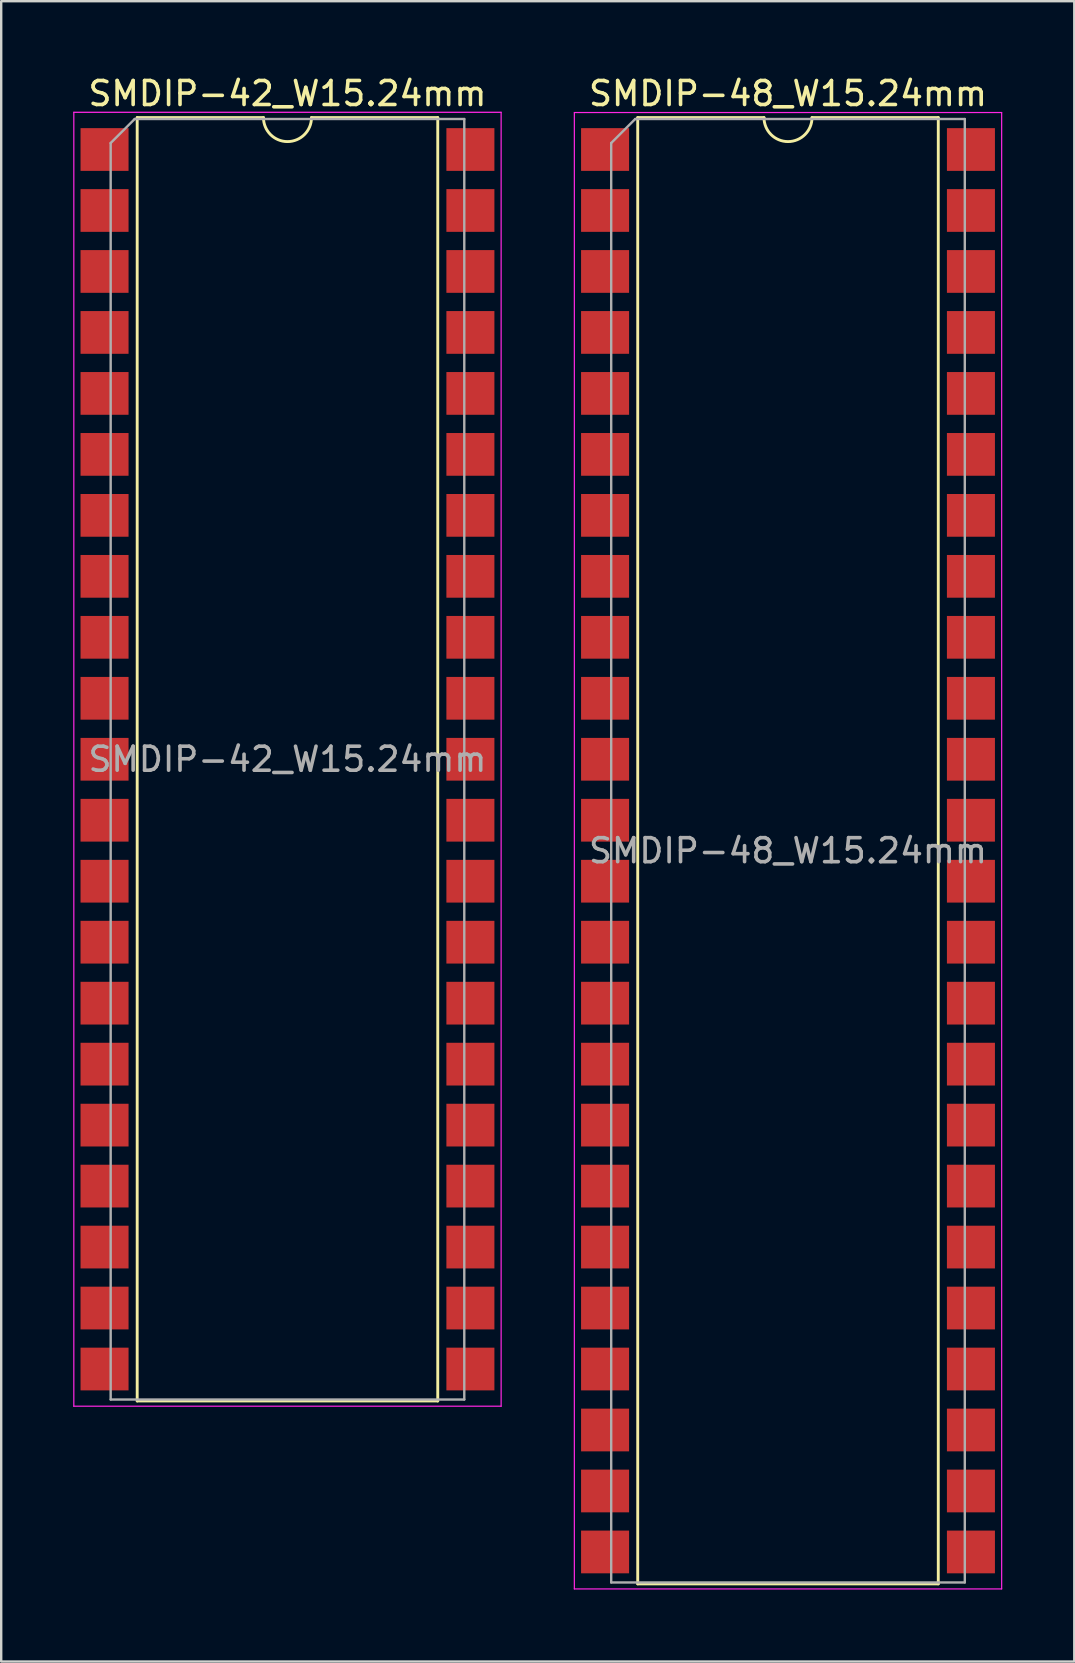
<source format=kicad_pcb>
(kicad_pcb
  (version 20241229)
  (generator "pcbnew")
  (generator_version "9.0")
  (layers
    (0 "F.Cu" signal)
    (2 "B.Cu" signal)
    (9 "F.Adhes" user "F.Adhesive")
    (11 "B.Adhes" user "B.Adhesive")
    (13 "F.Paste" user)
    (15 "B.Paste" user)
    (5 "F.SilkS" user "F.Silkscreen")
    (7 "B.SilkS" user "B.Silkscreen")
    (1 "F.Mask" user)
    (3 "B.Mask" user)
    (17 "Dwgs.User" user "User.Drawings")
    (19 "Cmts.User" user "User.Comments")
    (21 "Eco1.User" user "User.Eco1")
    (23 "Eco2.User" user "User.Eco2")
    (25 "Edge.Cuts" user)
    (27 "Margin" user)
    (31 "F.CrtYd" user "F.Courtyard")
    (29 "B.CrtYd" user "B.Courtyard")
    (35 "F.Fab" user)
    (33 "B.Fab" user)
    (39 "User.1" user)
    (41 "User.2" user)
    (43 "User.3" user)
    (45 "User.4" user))
  (footprint "SMDIP-42_W15.24mm"
    (layer "F.Cu")
    (at 8.925 28.578)
    (property "Reference" "SMDIP-42_W15.24mm" (at 0 -27.73 0) (layer "F.SilkS") (effects (font (size 1 1) (thickness 0.15))))
    (attr smd)
    (fp_line (start -6.26 -26.73) (end -6.26 26.73) (stroke (width 0.12) (type solid)) (layer "F.SilkS"))
    (fp_line (start -6.26 26.73) (end 6.26 26.73) (stroke (width 0.12) (type solid)) (layer "F.SilkS"))
    (fp_line (start -1 -26.73) (end -6.26 -26.73) (stroke (width 0.12) (type solid)) (layer "F.SilkS"))
    (fp_line (start 6.26 -26.73) (end 1 -26.73) (stroke (width 0.12) (type solid)) (layer "F.SilkS"))
    (fp_line (start 6.26 26.73) (end 6.26 -26.73) (stroke (width 0.12) (type solid)) (layer "F.SilkS"))
    (fp_arc (start 1 -26.73) (mid 0 -25.73) (end -1 -26.73) (stroke (width 0.12) (type solid)) (layer "F.SilkS"))
    (fp_line (start -8.9 -26.95) (end -8.9 26.95) (stroke (width 0.05) (type solid)) (layer "F.CrtYd"))
    (fp_line (start -8.9 26.95) (end 8.9 26.95) (stroke (width 0.05) (type solid)) (layer "F.CrtYd"))
    (fp_line (start 8.9 -26.95) (end -8.9 -26.95) (stroke (width 0.05) (type solid)) (layer "F.CrtYd"))
    (fp_line (start 8.9 26.95) (end 8.9 -26.95) (stroke (width 0.05) (type solid)) (layer "F.CrtYd"))
    (fp_line (start -7.365 -25.67) (end -6.365 -26.67) (stroke (width 0.1) (type solid)) (layer "F.Fab"))
    (fp_line (start -7.365 26.67) (end -7.365 -25.67) (stroke (width 0.1) (type solid)) (layer "F.Fab"))
    (fp_line (start -6.365 -26.67) (end 7.365 -26.67) (stroke (width 0.1) (type solid)) (layer "F.Fab"))
    (fp_line (start 7.365 -26.67) (end 7.365 26.67) (stroke (width 0.1) (type solid)) (layer "F.Fab"))
    (fp_line (start 7.365 26.67) (end -7.365 26.67) (stroke (width 0.1) (type solid)) (layer "F.Fab"))
    (fp_text user "${REFERENCE}" (at 0 0 0) (layer "F.Fab") (effects (font (size 1 1) (thickness 0.15))))
    (pad "1" smd rect (at -7.62 -25.4) (size 2 1.78) (layers "F.Cu" "F.Mask" "F.Paste"))
    (pad "2" smd rect (at -7.62 -22.86) (size 2 1.78) (layers "F.Cu" "F.Mask" "F.Paste"))
    (pad "3" smd rect (at -7.62 -20.32) (size 2 1.78) (layers "F.Cu" "F.Mask" "F.Paste"))
    (pad "4" smd rect (at -7.62 -17.78) (size 2 1.78) (layers "F.Cu" "F.Mask" "F.Paste"))
    (pad "5" smd rect (at -7.62 -15.24) (size 2 1.78) (layers "F.Cu" "F.Mask" "F.Paste"))
    (pad "6" smd rect (at -7.62 -12.7) (size 2 1.78) (layers "F.Cu" "F.Mask" "F.Paste"))
    (pad "7" smd rect (at -7.62 -10.16) (size 2 1.78) (layers "F.Cu" "F.Mask" "F.Paste"))
    (pad "8" smd rect (at -7.62 -7.62) (size 2 1.78) (layers "F.Cu" "F.Mask" "F.Paste"))
    (pad "9" smd rect (at -7.62 -5.08) (size 2 1.78) (layers "F.Cu" "F.Mask" "F.Paste"))
    (pad "10" smd rect (at -7.62 -2.54) (size 2 1.78) (layers "F.Cu" "F.Mask" "F.Paste"))
    (pad "11" smd rect (at -7.62 0) (size 2 1.78) (layers "F.Cu" "F.Mask" "F.Paste"))
    (pad "12" smd rect (at -7.62 2.54) (size 2 1.78) (layers "F.Cu" "F.Mask" "F.Paste"))
    (pad "13" smd rect (at -7.62 5.08) (size 2 1.78) (layers "F.Cu" "F.Mask" "F.Paste"))
    (pad "14" smd rect (at -7.62 7.62) (size 2 1.78) (layers "F.Cu" "F.Mask" "F.Paste"))
    (pad "15" smd rect (at -7.62 10.16) (size 2 1.78) (layers "F.Cu" "F.Mask" "F.Paste"))
    (pad "16" smd rect (at -7.62 12.7) (size 2 1.78) (layers "F.Cu" "F.Mask" "F.Paste"))
    (pad "17" smd rect (at -7.62 15.24) (size 2 1.78) (layers "F.Cu" "F.Mask" "F.Paste"))
    (pad "18" smd rect (at -7.62 17.78) (size 2 1.78) (layers "F.Cu" "F.Mask" "F.Paste"))
    (pad "19" smd rect (at -7.62 20.32) (size 2 1.78) (layers "F.Cu" "F.Mask" "F.Paste"))
    (pad "20" smd rect (at -7.62 22.86) (size 2 1.78) (layers "F.Cu" "F.Mask" "F.Paste"))
    (pad "21" smd rect (at -7.62 25.4) (size 2 1.78) (layers "F.Cu" "F.Mask" "F.Paste"))
    (pad "22" smd rect (at 7.62 25.4) (size 2 1.78) (layers "F.Cu" "F.Mask" "F.Paste"))
    (pad "23" smd rect (at 7.62 22.86) (size 2 1.78) (layers "F.Cu" "F.Mask" "F.Paste"))
    (pad "24" smd rect (at 7.62 20.32) (size 2 1.78) (layers "F.Cu" "F.Mask" "F.Paste"))
    (pad "25" smd rect (at 7.62 17.78) (size 2 1.78) (layers "F.Cu" "F.Mask" "F.Paste"))
    (pad "26" smd rect (at 7.62 15.24) (size 2 1.78) (layers "F.Cu" "F.Mask" "F.Paste"))
    (pad "27" smd rect (at 7.62 12.7) (size 2 1.78) (layers "F.Cu" "F.Mask" "F.Paste"))
    (pad "28" smd rect (at 7.62 10.16) (size 2 1.78) (layers "F.Cu" "F.Mask" "F.Paste"))
    (pad "29" smd rect (at 7.62 7.62) (size 2 1.78) (layers "F.Cu" "F.Mask" "F.Paste"))
    (pad "30" smd rect (at 7.62 5.08) (size 2 1.78) (layers "F.Cu" "F.Mask" "F.Paste"))
    (pad "31" smd rect (at 7.62 2.54) (size 2 1.78) (layers "F.Cu" "F.Mask" "F.Paste"))
    (pad "32" smd rect (at 7.62 0) (size 2 1.78) (layers "F.Cu" "F.Mask" "F.Paste"))
    (pad "33" smd rect (at 7.62 -2.54) (size 2 1.78) (layers "F.Cu" "F.Mask" "F.Paste"))
    (pad "34" smd rect (at 7.62 -5.08) (size 2 1.78) (layers "F.Cu" "F.Mask" "F.Paste"))
    (pad "35" smd rect (at 7.62 -7.62) (size 2 1.78) (layers "F.Cu" "F.Mask" "F.Paste"))
    (pad "36" smd rect (at 7.62 -10.16) (size 2 1.78) (layers "F.Cu" "F.Mask" "F.Paste"))
    (pad "37" smd rect (at 7.62 -12.7) (size 2 1.78) (layers "F.Cu" "F.Mask" "F.Paste"))
    (pad "38" smd rect (at 7.62 -15.24) (size 2 1.78) (layers "F.Cu" "F.Mask" "F.Paste"))
    (pad "39" smd rect (at 7.62 -17.78) (size 2 1.78) (layers "F.Cu" "F.Mask" "F.Paste"))
    (pad "40" smd rect (at 7.62 -20.32) (size 2 1.78) (layers "F.Cu" "F.Mask" "F.Paste"))
    (pad "41" smd rect (at 7.62 -22.86) (size 2 1.78) (layers "F.Cu" "F.Mask" "F.Paste"))
    (pad "42" smd rect (at 7.62 -25.4) (size 2 1.78) (layers "F.Cu" "F.Mask" "F.Paste")))
  (footprint "SMDIP-48_W15.24mm"
    (layer "F.Cu")
    (at 29.775 32.388)
    (property "Reference" "SMDIP-48_W15.24mm" (at 0 -31.54 0) (layer "F.SilkS") (effects (font (size 1 1) (thickness 0.15))))
    (attr smd)
    (fp_line (start -6.26 -30.54) (end -6.26 30.54) (stroke (width 0.12) (type solid)) (layer "F.SilkS"))
    (fp_line (start -6.26 30.54) (end 6.26 30.54) (stroke (width 0.12) (type solid)) (layer "F.SilkS"))
    (fp_line (start -1 -30.54) (end -6.26 -30.54) (stroke (width 0.12) (type solid)) (layer "F.SilkS"))
    (fp_line (start 6.26 -30.54) (end 1 -30.54) (stroke (width 0.12) (type solid)) (layer "F.SilkS"))
    (fp_line (start 6.26 30.54) (end 6.26 -30.54) (stroke (width 0.12) (type solid)) (layer "F.SilkS"))
    (fp_arc (start 1 -30.54) (mid 0 -29.54) (end -1 -30.54) (stroke (width 0.12) (type solid)) (layer "F.SilkS"))
    (fp_line (start -8.9 -30.75) (end -8.9 30.75) (stroke (width 0.05) (type solid)) (layer "F.CrtYd"))
    (fp_line (start -8.9 30.75) (end 8.9 30.75) (stroke (width 0.05) (type solid)) (layer "F.CrtYd"))
    (fp_line (start 8.9 -30.75) (end -8.9 -30.75) (stroke (width 0.05) (type solid)) (layer "F.CrtYd"))
    (fp_line (start 8.9 30.75) (end 8.9 -30.75) (stroke (width 0.05) (type solid)) (layer "F.CrtYd"))
    (fp_line (start -7.365 -29.48) (end -6.365 -30.48) (stroke (width 0.1) (type solid)) (layer "F.Fab"))
    (fp_line (start -7.365 30.48) (end -7.365 -29.48) (stroke (width 0.1) (type solid)) (layer "F.Fab"))
    (fp_line (start -6.365 -30.48) (end 7.365 -30.48) (stroke (width 0.1) (type solid)) (layer "F.Fab"))
    (fp_line (start 7.365 -30.48) (end 7.365 30.48) (stroke (width 0.1) (type solid)) (layer "F.Fab"))
    (fp_line (start 7.365 30.48) (end -7.365 30.48) (stroke (width 0.1) (type solid)) (layer "F.Fab"))
    (fp_text user "${REFERENCE}" (at 0 0 0) (layer "F.Fab") (effects (font (size 1 1) (thickness 0.15))))
    (pad "1" smd rect (at -7.62 -29.21) (size 2 1.78) (layers "F.Cu" "F.Mask" "F.Paste"))
    (pad "2" smd rect (at -7.62 -26.67) (size 2 1.78) (layers "F.Cu" "F.Mask" "F.Paste"))
    (pad "3" smd rect (at -7.62 -24.13) (size 2 1.78) (layers "F.Cu" "F.Mask" "F.Paste"))
    (pad "4" smd rect (at -7.62 -21.59) (size 2 1.78) (layers "F.Cu" "F.Mask" "F.Paste"))
    (pad "5" smd rect (at -7.62 -19.05) (size 2 1.78) (layers "F.Cu" "F.Mask" "F.Paste"))
    (pad "6" smd rect (at -7.62 -16.51) (size 2 1.78) (layers "F.Cu" "F.Mask" "F.Paste"))
    (pad "7" smd rect (at -7.62 -13.97) (size 2 1.78) (layers "F.Cu" "F.Mask" "F.Paste"))
    (pad "8" smd rect (at -7.62 -11.43) (size 2 1.78) (layers "F.Cu" "F.Mask" "F.Paste"))
    (pad "9" smd rect (at -7.62 -8.89) (size 2 1.78) (layers "F.Cu" "F.Mask" "F.Paste"))
    (pad "10" smd rect (at -7.62 -6.35) (size 2 1.78) (layers "F.Cu" "F.Mask" "F.Paste"))
    (pad "11" smd rect (at -7.62 -3.81) (size 2 1.78) (layers "F.Cu" "F.Mask" "F.Paste"))
    (pad "12" smd rect (at -7.62 -1.27) (size 2 1.78) (layers "F.Cu" "F.Mask" "F.Paste"))
    (pad "13" smd rect (at -7.62 1.27) (size 2 1.78) (layers "F.Cu" "F.Mask" "F.Paste"))
    (pad "14" smd rect (at -7.62 3.81) (size 2 1.78) (layers "F.Cu" "F.Mask" "F.Paste"))
    (pad "15" smd rect (at -7.62 6.35) (size 2 1.78) (layers "F.Cu" "F.Mask" "F.Paste"))
    (pad "16" smd rect (at -7.62 8.89) (size 2 1.78) (layers "F.Cu" "F.Mask" "F.Paste"))
    (pad "17" smd rect (at -7.62 11.43) (size 2 1.78) (layers "F.Cu" "F.Mask" "F.Paste"))
    (pad "18" smd rect (at -7.62 13.97) (size 2 1.78) (layers "F.Cu" "F.Mask" "F.Paste"))
    (pad "19" smd rect (at -7.62 16.51) (size 2 1.78) (layers "F.Cu" "F.Mask" "F.Paste"))
    (pad "20" smd rect (at -7.62 19.05) (size 2 1.78) (layers "F.Cu" "F.Mask" "F.Paste"))
    (pad "21" smd rect (at -7.62 21.59) (size 2 1.78) (layers "F.Cu" "F.Mask" "F.Paste"))
    (pad "22" smd rect (at -7.62 24.13) (size 2 1.78) (layers "F.Cu" "F.Mask" "F.Paste"))
    (pad "23" smd rect (at -7.62 26.67) (size 2 1.78) (layers "F.Cu" "F.Mask" "F.Paste"))
    (pad "24" smd rect (at -7.62 29.21) (size 2 1.78) (layers "F.Cu" "F.Mask" "F.Paste"))
    (pad "25" smd rect (at 7.62 29.21) (size 2 1.78) (layers "F.Cu" "F.Mask" "F.Paste"))
    (pad "26" smd rect (at 7.62 26.67) (size 2 1.78) (layers "F.Cu" "F.Mask" "F.Paste"))
    (pad "27" smd rect (at 7.62 24.13) (size 2 1.78) (layers "F.Cu" "F.Mask" "F.Paste"))
    (pad "28" smd rect (at 7.62 21.59) (size 2 1.78) (layers "F.Cu" "F.Mask" "F.Paste"))
    (pad "29" smd rect (at 7.62 19.05) (size 2 1.78) (layers "F.Cu" "F.Mask" "F.Paste"))
    (pad "30" smd rect (at 7.62 16.51) (size 2 1.78) (layers "F.Cu" "F.Mask" "F.Paste"))
    (pad "31" smd rect (at 7.62 13.97) (size 2 1.78) (layers "F.Cu" "F.Mask" "F.Paste"))
    (pad "32" smd rect (at 7.62 11.43) (size 2 1.78) (layers "F.Cu" "F.Mask" "F.Paste"))
    (pad "33" smd rect (at 7.62 8.89) (size 2 1.78) (layers "F.Cu" "F.Mask" "F.Paste"))
    (pad "34" smd rect (at 7.62 6.35) (size 2 1.78) (layers "F.Cu" "F.Mask" "F.Paste"))
    (pad "35" smd rect (at 7.62 3.81) (size 2 1.78) (layers "F.Cu" "F.Mask" "F.Paste"))
    (pad "36" smd rect (at 7.62 1.27) (size 2 1.78) (layers "F.Cu" "F.Mask" "F.Paste"))
    (pad "37" smd rect (at 7.62 -1.27) (size 2 1.78) (layers "F.Cu" "F.Mask" "F.Paste"))
    (pad "38" smd rect (at 7.62 -3.81) (size 2 1.78) (layers "F.Cu" "F.Mask" "F.Paste"))
    (pad "39" smd rect (at 7.62 -6.35) (size 2 1.78) (layers "F.Cu" "F.Mask" "F.Paste"))
    (pad "40" smd rect (at 7.62 -8.89) (size 2 1.78) (layers "F.Cu" "F.Mask" "F.Paste"))
    (pad "41" smd rect (at 7.62 -11.43) (size 2 1.78) (layers "F.Cu" "F.Mask" "F.Paste"))
    (pad "42" smd rect (at 7.62 -13.97) (size 2 1.78) (layers "F.Cu" "F.Mask" "F.Paste"))
    (pad "43" smd rect (at 7.62 -16.51) (size 2 1.78) (layers "F.Cu" "F.Mask" "F.Paste"))
    (pad "44" smd rect (at 7.62 -19.05) (size 2 1.78) (layers "F.Cu" "F.Mask" "F.Paste"))
    (pad "45" smd rect (at 7.62 -21.59) (size 2 1.78) (layers "F.Cu" "F.Mask" "F.Paste"))
    (pad "46" smd rect (at 7.62 -24.13) (size 2 1.78) (layers "F.Cu" "F.Mask" "F.Paste"))
    (pad "47" smd rect (at 7.62 -26.67) (size 2 1.78) (layers "F.Cu" "F.Mask" "F.Paste"))
    (pad "48" smd rect (at 7.62 -29.21) (size 2 1.78) (layers "F.Cu" "F.Mask" "F.Paste")))
  (gr_rect
    (start -3 -3)
    (end 41.7 66.163)
    (stroke (width 0.1) (type default))
    (fill no)
    (layer "Edge.Cuts")))
</source>
